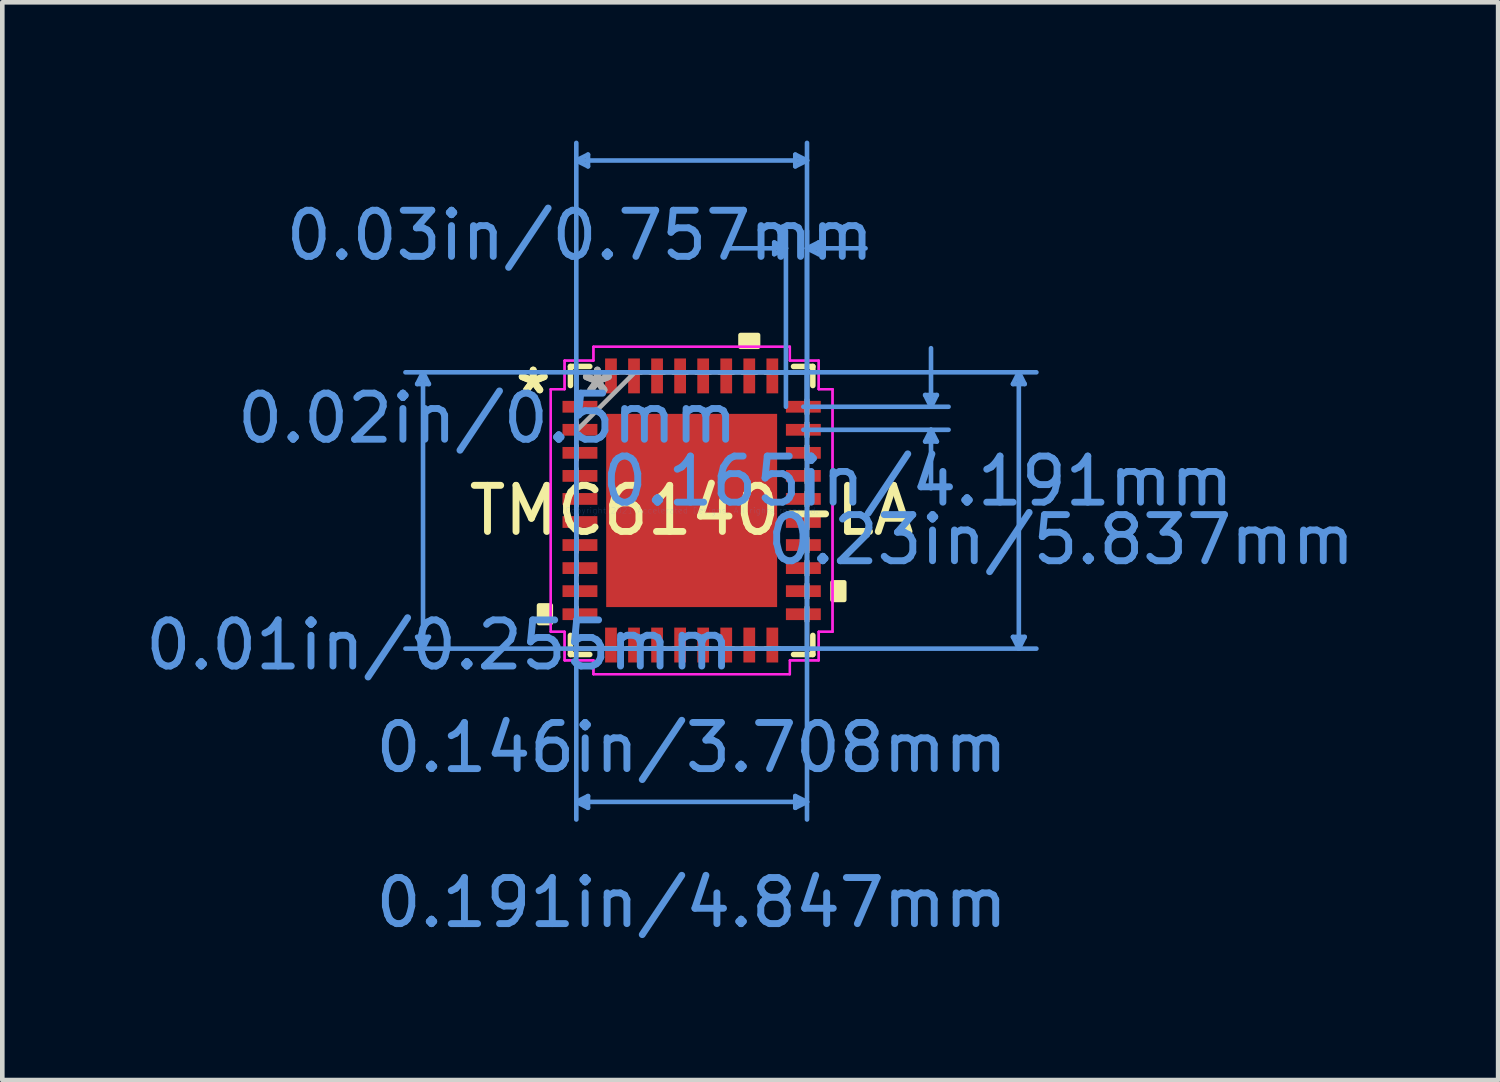
<source format=kicad_pcb>
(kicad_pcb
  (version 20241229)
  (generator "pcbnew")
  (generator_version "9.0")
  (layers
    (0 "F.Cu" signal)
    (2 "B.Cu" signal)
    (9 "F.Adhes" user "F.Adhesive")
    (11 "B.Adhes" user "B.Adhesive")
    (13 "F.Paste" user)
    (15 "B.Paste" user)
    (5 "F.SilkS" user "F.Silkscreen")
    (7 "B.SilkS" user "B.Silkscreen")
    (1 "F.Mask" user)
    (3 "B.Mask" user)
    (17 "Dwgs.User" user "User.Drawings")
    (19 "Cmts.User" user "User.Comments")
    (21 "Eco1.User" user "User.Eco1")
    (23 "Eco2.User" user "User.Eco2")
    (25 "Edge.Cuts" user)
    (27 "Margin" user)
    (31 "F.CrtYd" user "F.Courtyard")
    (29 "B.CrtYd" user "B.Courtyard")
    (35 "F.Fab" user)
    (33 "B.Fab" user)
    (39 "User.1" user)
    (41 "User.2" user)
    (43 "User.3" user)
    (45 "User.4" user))
  (footprint "TMC6140-LA"
    (layer "F.Cu")
    (at 11.953 8.023)
    (property "Reference" "TMC6140-LA" (at 0 0 0) (layer "F.SilkS") (effects (font (size 1 1) (thickness 0.15))))
    (attr through_hole)
    (fp_line (start -2.629 -3.124) (end -2.629 -2.71) (stroke (width 0.12) (type solid)) (layer "F.SilkS"))
    (fp_line (start -2.629 2.71) (end -2.629 3.124) (stroke (width 0.12) (type solid)) (layer "F.SilkS"))
    (fp_line (start -2.629 3.124) (end -2.21 3.124) (stroke (width 0.12) (type solid)) (layer "F.SilkS"))
    (fp_line (start -2.21 -3.124) (end -2.629 -3.124) (stroke (width 0.12) (type solid)) (layer "F.SilkS"))
    (fp_line (start 2.21 3.124) (end 2.629 3.124) (stroke (width 0.12) (type solid)) (layer "F.SilkS"))
    (fp_line (start 2.629 -3.124) (end 2.21 -3.124) (stroke (width 0.12) (type solid)) (layer "F.SilkS"))
    (fp_line (start 2.629 -2.71) (end 2.629 -3.124) (stroke (width 0.12) (type solid)) (layer "F.SilkS"))
    (fp_line (start 2.629 3.124) (end 2.629 2.71) (stroke (width 0.12) (type solid)) (layer "F.SilkS"))
    (fp_poly (pts (xy -3.31 2.06) (xy -3.31 2.441) (xy -3.056 2.441) (xy -3.056 2.06)) (stroke (width 0.1) (type solid)) (fill yes) (layer "F.SilkS"))
    (fp_poly (pts (xy 1.06 -3.551) (xy 1.06 -3.805) (xy 1.44 -3.805) (xy 1.44 -3.551)) (stroke (width 0.1) (type solid)) (fill yes) (layer "F.SilkS"))
    (fp_poly (pts (xy 3.31 1.559) (xy 3.31 1.94) (xy 3.056 1.94) (xy 3.056 1.559)) (stroke (width 0.1) (type solid)) (fill yes) (layer "F.SilkS"))
    (fp_poly (pts (xy -1.754 -1.996) (xy -1.754 -0.798) (xy -0.1 -0.798) (xy -0.1 -1.996)) (stroke (width 0.1) (type solid)) (fill yes) (layer "F.Paste"))
    (fp_poly (pts (xy -1.754 -0.599) (xy -1.754 0.599) (xy -0.1 0.599) (xy -0.1 -0.599)) (stroke (width 0.1) (type solid)) (fill yes) (layer "F.Paste"))
    (fp_poly (pts (xy -1.754 0.798) (xy -1.754 1.996) (xy -0.1 1.996) (xy -0.1 0.798)) (stroke (width 0.1) (type solid)) (fill yes) (layer "F.Paste"))
    (fp_poly (pts (xy 0.1 -1.996) (xy 0.1 -0.798) (xy 1.754 -0.798) (xy 1.754 -1.996)) (stroke (width 0.1) (type solid)) (fill yes) (layer "F.Paste"))
    (fp_poly (pts (xy 0.1 -0.599) (xy 0.1 0.599) (xy 1.754 0.599) (xy 1.754 -0.599)) (stroke (width 0.1) (type solid)) (fill yes) (layer "F.Paste"))
    (fp_poly (pts (xy 0.1 0.798) (xy 0.1 1.996) (xy 1.754 1.996) (xy 1.754 0.798)) (stroke (width 0.1) (type solid)) (fill yes) (layer "F.Paste"))
    (fp_line (start -5.954 -2.743) (end -5.7 -2.743) (stroke (width 0.1) (type solid)) (layer "Cmts.User"))
    (fp_line (start -5.954 2.743) (end -5.7 2.743) (stroke (width 0.1) (type solid)) (layer "Cmts.User"))
    (fp_line (start -5.827 -2.997) (end -5.954 -2.743) (stroke (width 0.1) (type solid)) (layer "Cmts.User"))
    (fp_line (start -5.827 -2.997) (end -5.827 2.997) (stroke (width 0.1) (type solid)) (layer "Cmts.User"))
    (fp_line (start -5.827 -2.997) (end -5.7 -2.743) (stroke (width 0.1) (type solid)) (layer "Cmts.User"))
    (fp_line (start -5.827 2.997) (end -5.954 2.743) (stroke (width 0.1) (type solid)) (layer "Cmts.User"))
    (fp_line (start -5.827 2.997) (end -5.7 2.743) (stroke (width 0.1) (type solid)) (layer "Cmts.User"))
    (fp_line (start -2.502 -7.592) (end -2.248 -7.719) (stroke (width 0.1) (type solid)) (layer "Cmts.User"))
    (fp_line (start -2.502 -7.592) (end -2.248 -7.465) (stroke (width 0.1) (type solid)) (layer "Cmts.User"))
    (fp_line (start -2.502 -7.592) (end 2.502 -7.592) (stroke (width 0.1) (type solid)) (layer "Cmts.User"))
    (fp_line (start -2.502 -2.997) (end -2.502 6.703) (stroke (width 0.1) (type solid)) (layer "Cmts.User"))
    (fp_line (start -2.502 -2.25) (end -2.502 -7.973) (stroke (width 0.1) (type solid)) (layer "Cmts.User"))
    (fp_line (start -2.502 6.322) (end -2.248 6.195) (stroke (width 0.1) (type solid)) (layer "Cmts.User"))
    (fp_line (start -2.502 6.322) (end -2.248 6.449) (stroke (width 0.1) (type solid)) (layer "Cmts.User"))
    (fp_line (start -2.502 6.322) (end 2.502 6.322) (stroke (width 0.1) (type solid)) (layer "Cmts.User"))
    (fp_line (start -2.248 -7.719) (end -2.248 -7.465) (stroke (width 0.1) (type solid)) (layer "Cmts.User"))
    (fp_line (start -2.248 6.195) (end -2.248 6.449) (stroke (width 0.1) (type solid)) (layer "Cmts.User"))
    (fp_line (start 1.75 -2.997) (end 7.478 -2.997) (stroke (width 0.1) (type solid)) (layer "Cmts.User"))
    (fp_line (start 1.75 2.997) (end 7.478 2.997) (stroke (width 0.1) (type solid)) (layer "Cmts.User"))
    (fp_line (start 1.791 -5.814) (end 1.791 -5.56) (stroke (width 0.1) (type solid)) (layer "Cmts.User"))
    (fp_line (start 2.045 -5.687) (end 0.775 -5.687) (stroke (width 0.1) (type solid)) (layer "Cmts.User"))
    (fp_line (start 2.045 -5.687) (end 1.791 -5.814) (stroke (width 0.1) (type solid)) (layer "Cmts.User"))
    (fp_line (start 2.045 -5.687) (end 1.791 -5.56) (stroke (width 0.1) (type solid)) (layer "Cmts.User"))
    (fp_line (start 2.045 -2.25) (end 2.045 -6.068) (stroke (width 0.1) (type solid)) (layer "Cmts.User"))
    (fp_line (start 2.248 -7.719) (end 2.248 -7.465) (stroke (width 0.1) (type solid)) (layer "Cmts.User"))
    (fp_line (start 2.248 6.195) (end 2.248 6.449) (stroke (width 0.1) (type solid)) (layer "Cmts.User"))
    (fp_line (start 2.423 -2.25) (end 5.573 -2.25) (stroke (width 0.1) (type solid)) (layer "Cmts.User"))
    (fp_line (start 2.423 -1.75) (end 5.573 -1.75) (stroke (width 0.1) (type solid)) (layer "Cmts.User"))
    (fp_line (start 2.502 -7.592) (end 2.248 -7.719) (stroke (width 0.1) (type solid)) (layer "Cmts.User"))
    (fp_line (start 2.502 -7.592) (end 2.248 -7.465) (stroke (width 0.1) (type solid)) (layer "Cmts.User"))
    (fp_line (start 2.502 -5.687) (end 2.756 -5.814) (stroke (width 0.1) (type solid)) (layer "Cmts.User"))
    (fp_line (start 2.502 -5.687) (end 2.756 -5.56) (stroke (width 0.1) (type solid)) (layer "Cmts.User"))
    (fp_line (start 2.502 -5.687) (end 3.772 -5.687) (stroke (width 0.1) (type solid)) (layer "Cmts.User"))
    (fp_line (start 2.502 -2.997) (end -6.208 -2.997) (stroke (width 0.1) (type solid)) (layer "Cmts.User"))
    (fp_line (start 2.502 -2.997) (end 2.502 6.703) (stroke (width 0.1) (type solid)) (layer "Cmts.User"))
    (fp_line (start 2.502 -2.25) (end 2.502 -7.973) (stroke (width 0.1) (type solid)) (layer "Cmts.User"))
    (fp_line (start 2.502 -2.25) (end 2.502 -6.068) (stroke (width 0.1) (type solid)) (layer "Cmts.User"))
    (fp_line (start 2.502 2.997) (end -6.208 2.997) (stroke (width 0.1) (type solid)) (layer "Cmts.User"))
    (fp_line (start 2.502 6.322) (end 2.248 6.195) (stroke (width 0.1) (type solid)) (layer "Cmts.User"))
    (fp_line (start 2.502 6.322) (end 2.248 6.449) (stroke (width 0.1) (type solid)) (layer "Cmts.User"))
    (fp_line (start 2.756 -5.814) (end 2.756 -5.56) (stroke (width 0.1) (type solid)) (layer "Cmts.User"))
    (fp_line (start 5.065 -2.504) (end 5.319 -2.504) (stroke (width 0.1) (type solid)) (layer "Cmts.User"))
    (fp_line (start 5.065 -1.496) (end 5.319 -1.496) (stroke (width 0.1) (type solid)) (layer "Cmts.User"))
    (fp_line (start 5.192 -2.25) (end 5.065 -2.504) (stroke (width 0.1) (type solid)) (layer "Cmts.User"))
    (fp_line (start 5.192 -2.25) (end 5.192 -3.52) (stroke (width 0.1) (type solid)) (layer "Cmts.User"))
    (fp_line (start 5.192 -2.25) (end 5.319 -2.504) (stroke (width 0.1) (type solid)) (layer "Cmts.User"))
    (fp_line (start 5.192 -1.75) (end 5.065 -1.496) (stroke (width 0.1) (type solid)) (layer "Cmts.User"))
    (fp_line (start 5.192 -1.75) (end 5.192 -0.48) (stroke (width 0.1) (type solid)) (layer "Cmts.User"))
    (fp_line (start 5.192 -1.75) (end 5.319 -1.496) (stroke (width 0.1) (type solid)) (layer "Cmts.User"))
    (fp_line (start 6.97 -2.743) (end 7.224 -2.743) (stroke (width 0.1) (type solid)) (layer "Cmts.User"))
    (fp_line (start 6.97 2.743) (end 7.224 2.743) (stroke (width 0.1) (type solid)) (layer "Cmts.User"))
    (fp_line (start 7.097 -2.997) (end 6.97 -2.743) (stroke (width 0.1) (type solid)) (layer "Cmts.User"))
    (fp_line (start 7.097 -2.997) (end 7.097 2.997) (stroke (width 0.1) (type solid)) (layer "Cmts.User"))
    (fp_line (start 7.097 -2.997) (end 7.224 -2.743) (stroke (width 0.1) (type solid)) (layer "Cmts.User"))
    (fp_line (start 7.097 2.997) (end 6.97 2.743) (stroke (width 0.1) (type solid)) (layer "Cmts.User"))
    (fp_line (start 7.097 2.997) (end 7.224 2.743) (stroke (width 0.1) (type solid)) (layer "Cmts.User"))
    (fp_line (start -3.056 -2.631) (end -2.756 -2.631) (stroke (width 0.05) (type solid)) (layer "F.CrtYd"))
    (fp_line (start -3.056 -2.631) (end -2.756 -2.631) (stroke (width 0.05) (type solid)) (layer "F.CrtYd"))
    (fp_line (start -3.056 2.631) (end -3.056 -2.631) (stroke (width 0.05) (type solid)) (layer "F.CrtYd"))
    (fp_line (start -3.056 2.631) (end -3.056 -2.631) (stroke (width 0.05) (type solid)) (layer "F.CrtYd"))
    (fp_line (start -2.756 -3.251) (end -2.131 -3.251) (stroke (width 0.05) (type solid)) (layer "F.CrtYd"))
    (fp_line (start -2.756 -3.251) (end -2.131 -3.251) (stroke (width 0.05) (type solid)) (layer "F.CrtYd"))
    (fp_line (start -2.756 -2.631) (end -2.756 -3.251) (stroke (width 0.05) (type solid)) (layer "F.CrtYd"))
    (fp_line (start -2.756 -2.631) (end -2.756 -3.251) (stroke (width 0.05) (type solid)) (layer "F.CrtYd"))
    (fp_line (start -2.756 2.631) (end -3.056 2.631) (stroke (width 0.05) (type solid)) (layer "F.CrtYd"))
    (fp_line (start -2.756 2.631) (end -3.056 2.631) (stroke (width 0.05) (type solid)) (layer "F.CrtYd"))
    (fp_line (start -2.756 3.251) (end -2.756 2.631) (stroke (width 0.05) (type solid)) (layer "F.CrtYd"))
    (fp_line (start -2.756 3.251) (end -2.756 2.631) (stroke (width 0.05) (type solid)) (layer "F.CrtYd"))
    (fp_line (start -2.131 -3.551) (end 2.131 -3.551) (stroke (width 0.05) (type solid)) (layer "F.CrtYd"))
    (fp_line (start -2.131 -3.551) (end 2.131 -3.551) (stroke (width 0.05) (type solid)) (layer "F.CrtYd"))
    (fp_line (start -2.131 -3.251) (end -2.131 -3.551) (stroke (width 0.05) (type solid)) (layer "F.CrtYd"))
    (fp_line (start -2.131 -3.251) (end -2.131 -3.551) (stroke (width 0.05) (type solid)) (layer "F.CrtYd"))
    (fp_line (start -2.131 3.251) (end -2.756 3.251) (stroke (width 0.05) (type solid)) (layer "F.CrtYd"))
    (fp_line (start -2.131 3.251) (end -2.756 3.251) (stroke (width 0.05) (type solid)) (layer "F.CrtYd"))
    (fp_line (start -2.131 3.551) (end -2.131 3.251) (stroke (width 0.05) (type solid)) (layer "F.CrtYd"))
    (fp_line (start -2.131 3.551) (end -2.131 3.251) (stroke (width 0.05) (type solid)) (layer "F.CrtYd"))
    (fp_line (start 2.131 -3.551) (end 2.131 -3.251) (stroke (width 0.05) (type solid)) (layer "F.CrtYd"))
    (fp_line (start 2.131 -3.551) (end 2.131 -3.251) (stroke (width 0.05) (type solid)) (layer "F.CrtYd"))
    (fp_line (start 2.131 -3.251) (end 2.756 -3.251) (stroke (width 0.05) (type solid)) (layer "F.CrtYd"))
    (fp_line (start 2.131 -3.251) (end 2.756 -3.251) (stroke (width 0.05) (type solid)) (layer "F.CrtYd"))
    (fp_line (start 2.131 3.251) (end 2.131 3.551) (stroke (width 0.05) (type solid)) (layer "F.CrtYd"))
    (fp_line (start 2.131 3.251) (end 2.131 3.551) (stroke (width 0.05) (type solid)) (layer "F.CrtYd"))
    (fp_line (start 2.131 3.551) (end -2.131 3.551) (stroke (width 0.05) (type solid)) (layer "F.CrtYd"))
    (fp_line (start 2.131 3.551) (end -2.131 3.551) (stroke (width 0.05) (type solid)) (layer "F.CrtYd"))
    (fp_line (start 2.756 -3.251) (end 2.756 -2.631) (stroke (width 0.05) (type solid)) (layer "F.CrtYd"))
    (fp_line (start 2.756 -3.251) (end 2.756 -2.631) (stroke (width 0.05) (type solid)) (layer "F.CrtYd"))
    (fp_line (start 2.756 -2.631) (end 3.056 -2.631) (stroke (width 0.05) (type solid)) (layer "F.CrtYd"))
    (fp_line (start 2.756 -2.631) (end 3.056 -2.631) (stroke (width 0.05) (type solid)) (layer "F.CrtYd"))
    (fp_line (start 2.756 2.631) (end 2.756 3.251) (stroke (width 0.05) (type solid)) (layer "F.CrtYd"))
    (fp_line (start 2.756 2.631) (end 2.756 3.251) (stroke (width 0.05) (type solid)) (layer "F.CrtYd"))
    (fp_line (start 2.756 3.251) (end 2.131 3.251) (stroke (width 0.05) (type solid)) (layer "F.CrtYd"))
    (fp_line (start 2.756 3.251) (end 2.131 3.251) (stroke (width 0.05) (type solid)) (layer "F.CrtYd"))
    (fp_line (start 3.056 -2.631) (end 3.056 2.631) (stroke (width 0.05) (type solid)) (layer "F.CrtYd"))
    (fp_line (start 3.056 -2.631) (end 3.056 2.631) (stroke (width 0.05) (type solid)) (layer "F.CrtYd"))
    (fp_line (start 3.056 2.631) (end 2.756 2.631) (stroke (width 0.05) (type solid)) (layer "F.CrtYd"))
    (fp_line (start 3.056 2.631) (end 2.756 2.631) (stroke (width 0.05) (type solid)) (layer "F.CrtYd"))
    (fp_line (start -2.502 -2.997) (end -2.502 -2.997) (stroke (width 0.1) (type solid)) (layer "F.Fab"))
    (fp_line (start -2.502 -2.997) (end -2.502 2.997) (stroke (width 0.1) (type solid)) (layer "F.Fab"))
    (fp_line (start -2.502 -2.402) (end -2.502 -2.402) (stroke (width 0.1) (type solid)) (layer "F.Fab"))
    (fp_line (start -2.502 -2.402) (end -2.502 -2.098) (stroke (width 0.1) (type solid)) (layer "F.Fab"))
    (fp_line (start -2.502 -2.098) (end -2.502 -2.402) (stroke (width 0.1) (type solid)) (layer "F.Fab"))
    (fp_line (start -2.502 -2.098) (end -2.502 -2.098) (stroke (width 0.1) (type solid)) (layer "F.Fab"))
    (fp_line (start -2.502 -1.902) (end -2.502 -1.902) (stroke (width 0.1) (type solid)) (layer "F.Fab"))
    (fp_line (start -2.502 -1.902) (end -2.502 -1.598) (stroke (width 0.1) (type solid)) (layer "F.Fab"))
    (fp_line (start -2.502 -1.727) (end -1.232 -2.997) (stroke (width 0.1) (type solid)) (layer "F.Fab"))
    (fp_line (start -2.502 -1.598) (end -2.502 -1.902) (stroke (width 0.1) (type solid)) (layer "F.Fab"))
    (fp_line (start -2.502 -1.598) (end -2.502 -1.598) (stroke (width 0.1) (type solid)) (layer "F.Fab"))
    (fp_line (start -2.502 -1.402) (end -2.502 -1.402) (stroke (width 0.1) (type solid)) (layer "F.Fab"))
    (fp_line (start -2.502 -1.402) (end -2.502 -1.098) (stroke (width 0.1) (type solid)) (layer "F.Fab"))
    (fp_line (start -2.502 -1.098) (end -2.502 -1.402) (stroke (width 0.1) (type solid)) (layer "F.Fab"))
    (fp_line (start -2.502 -1.098) (end -2.502 -1.098) (stroke (width 0.1) (type solid)) (layer "F.Fab"))
    (fp_line (start -2.502 -0.902) (end -2.502 -0.902) (stroke (width 0.1) (type solid)) (layer "F.Fab"))
    (fp_line (start -2.502 -0.902) (end -2.502 -0.598) (stroke (width 0.1) (type solid)) (layer "F.Fab"))
    (fp_line (start -2.502 -0.598) (end -2.502 -0.902) (stroke (width 0.1) (type solid)) (layer "F.Fab"))
    (fp_line (start -2.502 -0.598) (end -2.502 -0.598) (stroke (width 0.1) (type solid)) (layer "F.Fab"))
    (fp_line (start -2.502 -0.402) (end -2.502 -0.402) (stroke (width 0.1) (type solid)) (layer "F.Fab"))
    (fp_line (start -2.502 -0.402) (end -2.502 -0.098) (stroke (width 0.1) (type solid)) (layer "F.Fab"))
    (fp_line (start -2.502 -0.098) (end -2.502 -0.402) (stroke (width 0.1) (type solid)) (layer "F.Fab"))
    (fp_line (start -2.502 -0.098) (end -2.502 -0.098) (stroke (width 0.1) (type solid)) (layer "F.Fab"))
    (fp_line (start -2.502 0.098) (end -2.502 0.098) (stroke (width 0.1) (type solid)) (layer "F.Fab"))
    (fp_line (start -2.502 0.098) (end -2.502 0.402) (stroke (width 0.1) (type solid)) (layer "F.Fab"))
    (fp_line (start -2.502 0.402) (end -2.502 0.098) (stroke (width 0.1) (type solid)) (layer "F.Fab"))
    (fp_line (start -2.502 0.402) (end -2.502 0.402) (stroke (width 0.1) (type solid)) (layer "F.Fab"))
    (fp_line (start -2.502 0.598) (end -2.502 0.598) (stroke (width 0.1) (type solid)) (layer "F.Fab"))
    (fp_line (start -2.502 0.598) (end -2.502 0.902) (stroke (width 0.1) (type solid)) (layer "F.Fab"))
    (fp_line (start -2.502 0.902) (end -2.502 0.598) (stroke (width 0.1) (type solid)) (layer "F.Fab"))
    (fp_line (start -2.502 0.902) (end -2.502 0.902) (stroke (width 0.1) (type solid)) (layer "F.Fab"))
    (fp_line (start -2.502 1.098) (end -2.502 1.098) (stroke (width 0.1) (type solid)) (layer "F.Fab"))
    (fp_line (start -2.502 1.098) (end -2.502 1.402) (stroke (width 0.1) (type solid)) (layer "F.Fab"))
    (fp_line (start -2.502 1.402) (end -2.502 1.098) (stroke (width 0.1) (type solid)) (layer "F.Fab"))
    (fp_line (start -2.502 1.402) (end -2.502 1.402) (stroke (width 0.1) (type solid)) (layer "F.Fab"))
    (fp_line (start -2.502 1.598) (end -2.502 1.598) (stroke (width 0.1) (type solid)) (layer "F.Fab"))
    (fp_line (start -2.502 1.598) (end -2.502 1.902) (stroke (width 0.1) (type solid)) (layer "F.Fab"))
    (fp_line (start -2.502 1.902) (end -2.502 1.598) (stroke (width 0.1) (type solid)) (layer "F.Fab"))
    (fp_line (start -2.502 1.902) (end -2.502 1.902) (stroke (width 0.1) (type solid)) (layer "F.Fab"))
    (fp_line (start -2.502 2.098) (end -2.502 2.098) (stroke (width 0.1) (type solid)) (layer "F.Fab"))
    (fp_line (start -2.502 2.098) (end -2.502 2.402) (stroke (width 0.1) (type solid)) (layer "F.Fab"))
    (fp_line (start -2.502 2.402) (end -2.502 2.098) (stroke (width 0.1) (type solid)) (layer "F.Fab"))
    (fp_line (start -2.502 2.402) (end -2.502 2.402) (stroke (width 0.1) (type solid)) (layer "F.Fab"))
    (fp_line (start -2.502 2.997) (end -2.502 2.997) (stroke (width 0.1) (type solid)) (layer "F.Fab"))
    (fp_line (start -2.502 2.997) (end 2.502 2.997) (stroke (width 0.1) (type solid)) (layer "F.Fab"))
    (fp_line (start -1.902 -2.997) (end -1.902 -2.997) (stroke (width 0.1) (type solid)) (layer "F.Fab"))
    (fp_line (start -1.902 -2.997) (end -1.598 -2.997) (stroke (width 0.1) (type solid)) (layer "F.Fab"))
    (fp_line (start -1.902 2.997) (end -1.902 2.997) (stroke (width 0.1) (type solid)) (layer "F.Fab"))
    (fp_line (start -1.902 2.997) (end -1.598 2.997) (stroke (width 0.1) (type solid)) (layer "F.Fab"))
    (fp_line (start -1.598 -2.997) (end -1.902 -2.997) (stroke (width 0.1) (type solid)) (layer "F.Fab"))
    (fp_line (start -1.598 -2.997) (end -1.598 -2.997) (stroke (width 0.1) (type solid)) (layer "F.Fab"))
    (fp_line (start -1.598 2.997) (end -1.902 2.997) (stroke (width 0.1) (type solid)) (layer "F.Fab"))
    (fp_line (start -1.598 2.997) (end -1.598 2.997) (stroke (width 0.1) (type solid)) (layer "F.Fab"))
    (fp_line (start -1.402 -2.997) (end -1.402 -2.997) (stroke (width 0.1) (type solid)) (layer "F.Fab"))
    (fp_line (start -1.402 -2.997) (end -1.098 -2.997) (stroke (width 0.1) (type solid)) (layer "F.Fab"))
    (fp_line (start -1.402 2.997) (end -1.402 2.997) (stroke (width 0.1) (type solid)) (layer "F.Fab"))
    (fp_line (start -1.402 2.997) (end -1.098 2.997) (stroke (width 0.1) (type solid)) (layer "F.Fab"))
    (fp_line (start -1.098 -2.997) (end -1.402 -2.997) (stroke (width 0.1) (type solid)) (layer "F.Fab"))
    (fp_line (start -1.098 -2.997) (end -1.098 -2.997) (stroke (width 0.1) (type solid)) (layer "F.Fab"))
    (fp_line (start -1.098 2.997) (end -1.402 2.997) (stroke (width 0.1) (type solid)) (layer "F.Fab"))
    (fp_line (start -1.098 2.997) (end -1.098 2.997) (stroke (width 0.1) (type solid)) (layer "F.Fab"))
    (fp_line (start -0.902 -2.997) (end -0.902 -2.997) (stroke (width 0.1) (type solid)) (layer "F.Fab"))
    (fp_line (start -0.902 -2.997) (end -0.598 -2.997) (stroke (width 0.1) (type solid)) (layer "F.Fab"))
    (fp_line (start -0.902 2.997) (end -0.902 2.997) (stroke (width 0.1) (type solid)) (layer "F.Fab"))
    (fp_line (start -0.902 2.997) (end -0.598 2.997) (stroke (width 0.1) (type solid)) (layer "F.Fab"))
    (fp_line (start -0.598 -2.997) (end -0.902 -2.997) (stroke (width 0.1) (type solid)) (layer "F.Fab"))
    (fp_line (start -0.598 -2.997) (end -0.598 -2.997) (stroke (width 0.1) (type solid)) (layer "F.Fab"))
    (fp_line (start -0.598 2.997) (end -0.902 2.997) (stroke (width 0.1) (type solid)) (layer "F.Fab"))
    (fp_line (start -0.598 2.997) (end -0.598 2.997) (stroke (width 0.1) (type solid)) (layer "F.Fab"))
    (fp_line (start -0.402 -2.997) (end -0.402 -2.997) (stroke (width 0.1) (type solid)) (layer "F.Fab"))
    (fp_line (start -0.402 -2.997) (end -0.098 -2.997) (stroke (width 0.1) (type solid)) (layer "F.Fab"))
    (fp_line (start -0.402 2.997) (end -0.402 2.997) (stroke (width 0.1) (type solid)) (layer "F.Fab"))
    (fp_line (start -0.402 2.997) (end -0.098 2.997) (stroke (width 0.1) (type solid)) (layer "F.Fab"))
    (fp_line (start -0.098 -2.997) (end -0.402 -2.997) (stroke (width 0.1) (type solid)) (layer "F.Fab"))
    (fp_line (start -0.098 -2.997) (end -0.098 -2.997) (stroke (width 0.1) (type solid)) (layer "F.Fab"))
    (fp_line (start -0.098 2.997) (end -0.402 2.997) (stroke (width 0.1) (type solid)) (layer "F.Fab"))
    (fp_line (start -0.098 2.997) (end -0.098 2.997) (stroke (width 0.1) (type solid)) (layer "F.Fab"))
    (fp_line (start 0.098 -2.997) (end 0.098 -2.997) (stroke (width 0.1) (type solid)) (layer "F.Fab"))
    (fp_line (start 0.098 -2.997) (end 0.402 -2.997) (stroke (width 0.1) (type solid)) (layer "F.Fab"))
    (fp_line (start 0.098 2.997) (end 0.098 2.997) (stroke (width 0.1) (type solid)) (layer "F.Fab"))
    (fp_line (start 0.098 2.997) (end 0.402 2.997) (stroke (width 0.1) (type solid)) (layer "F.Fab"))
    (fp_line (start 0.402 -2.997) (end 0.098 -2.997) (stroke (width 0.1) (type solid)) (layer "F.Fab"))
    (fp_line (start 0.402 -2.997) (end 0.402 -2.997) (stroke (width 0.1) (type solid)) (layer "F.Fab"))
    (fp_line (start 0.402 2.997) (end 0.098 2.997) (stroke (width 0.1) (type solid)) (layer "F.Fab"))
    (fp_line (start 0.402 2.997) (end 0.402 2.997) (stroke (width 0.1) (type solid)) (layer "F.Fab"))
    (fp_line (start 0.598 -2.997) (end 0.598 -2.997) (stroke (width 0.1) (type solid)) (layer "F.Fab"))
    (fp_line (start 0.598 -2.997) (end 0.902 -2.997) (stroke (width 0.1) (type solid)) (layer "F.Fab"))
    (fp_line (start 0.598 2.997) (end 0.598 2.997) (stroke (width 0.1) (type solid)) (layer "F.Fab"))
    (fp_line (start 0.598 2.997) (end 0.902 2.997) (stroke (width 0.1) (type solid)) (layer "F.Fab"))
    (fp_line (start 0.902 -2.997) (end 0.598 -2.997) (stroke (width 0.1) (type solid)) (layer "F.Fab"))
    (fp_line (start 0.902 -2.997) (end 0.902 -2.997) (stroke (width 0.1) (type solid)) (layer "F.Fab"))
    (fp_line (start 0.902 2.997) (end 0.598 2.997) (stroke (width 0.1) (type solid)) (layer "F.Fab"))
    (fp_line (start 0.902 2.997) (end 0.902 2.997) (stroke (width 0.1) (type solid)) (layer "F.Fab"))
    (fp_line (start 1.098 -2.997) (end 1.098 -2.997) (stroke (width 0.1) (type solid)) (layer "F.Fab"))
    (fp_line (start 1.098 -2.997) (end 1.402 -2.997) (stroke (width 0.1) (type solid)) (layer "F.Fab"))
    (fp_line (start 1.098 2.997) (end 1.098 2.997) (stroke (width 0.1) (type solid)) (layer "F.Fab"))
    (fp_line (start 1.098 2.997) (end 1.402 2.997) (stroke (width 0.1) (type solid)) (layer "F.Fab"))
    (fp_line (start 1.402 -2.997) (end 1.098 -2.997) (stroke (width 0.1) (type solid)) (layer "F.Fab"))
    (fp_line (start 1.402 -2.997) (end 1.402 -2.997) (stroke (width 0.1) (type solid)) (layer "F.Fab"))
    (fp_line (start 1.402 2.997) (end 1.098 2.997) (stroke (width 0.1) (type solid)) (layer "F.Fab"))
    (fp_line (start 1.402 2.997) (end 1.402 2.997) (stroke (width 0.1) (type solid)) (layer "F.Fab"))
    (fp_line (start 1.598 -2.997) (end 1.598 -2.997) (stroke (width 0.1) (type solid)) (layer "F.Fab"))
    (fp_line (start 1.598 -2.997) (end 1.902 -2.997) (stroke (width 0.1) (type solid)) (layer "F.Fab"))
    (fp_line (start 1.598 2.997) (end 1.598 2.997) (stroke (width 0.1) (type solid)) (layer "F.Fab"))
    (fp_line (start 1.598 2.997) (end 1.902 2.997) (stroke (width 0.1) (type solid)) (layer "F.Fab"))
    (fp_line (start 1.902 -2.997) (end 1.598 -2.997) (stroke (width 0.1) (type solid)) (layer "F.Fab"))
    (fp_line (start 1.902 -2.997) (end 1.902 -2.997) (stroke (width 0.1) (type solid)) (layer "F.Fab"))
    (fp_line (start 1.902 2.997) (end 1.598 2.997) (stroke (width 0.1) (type solid)) (layer "F.Fab"))
    (fp_line (start 1.902 2.997) (end 1.902 2.997) (stroke (width 0.1) (type solid)) (layer "F.Fab"))
    (fp_line (start 2.502 -2.997) (end -2.502 -2.997) (stroke (width 0.1) (type solid)) (layer "F.Fab"))
    (fp_line (start 2.502 -2.997) (end 2.502 -2.997) (stroke (width 0.1) (type solid)) (layer "F.Fab"))
    (fp_line (start 2.502 -2.402) (end 2.502 -2.402) (stroke (width 0.1) (type solid)) (layer "F.Fab"))
    (fp_line (start 2.502 -2.402) (end 2.502 -2.098) (stroke (width 0.1) (type solid)) (layer "F.Fab"))
    (fp_line (start 2.502 -2.098) (end 2.502 -2.402) (stroke (width 0.1) (type solid)) (layer "F.Fab"))
    (fp_line (start 2.502 -2.098) (end 2.502 -2.098) (stroke (width 0.1) (type solid)) (layer "F.Fab"))
    (fp_line (start 2.502 -1.902) (end 2.502 -1.902) (stroke (width 0.1) (type solid)) (layer "F.Fab"))
    (fp_line (start 2.502 -1.902) (end 2.502 -1.598) (stroke (width 0.1) (type solid)) (layer "F.Fab"))
    (fp_line (start 2.502 -1.598) (end 2.502 -1.902) (stroke (width 0.1) (type solid)) (layer "F.Fab"))
    (fp_line (start 2.502 -1.598) (end 2.502 -1.598) (stroke (width 0.1) (type solid)) (layer "F.Fab"))
    (fp_line (start 2.502 -1.402) (end 2.502 -1.402) (stroke (width 0.1) (type solid)) (layer "F.Fab"))
    (fp_line (start 2.502 -1.402) (end 2.502 -1.098) (stroke (width 0.1) (type solid)) (layer "F.Fab"))
    (fp_line (start 2.502 -1.098) (end 2.502 -1.402) (stroke (width 0.1) (type solid)) (layer "F.Fab"))
    (fp_line (start 2.502 -1.098) (end 2.502 -1.098) (stroke (width 0.1) (type solid)) (layer "F.Fab"))
    (fp_line (start 2.502 -0.902) (end 2.502 -0.902) (stroke (width 0.1) (type solid)) (layer "F.Fab"))
    (fp_line (start 2.502 -0.902) (end 2.502 -0.598) (stroke (width 0.1) (type solid)) (layer "F.Fab"))
    (fp_line (start 2.502 -0.598) (end 2.502 -0.902) (stroke (width 0.1) (type solid)) (layer "F.Fab"))
    (fp_line (start 2.502 -0.598) (end 2.502 -0.598) (stroke (width 0.1) (type solid)) (layer "F.Fab"))
    (fp_line (start 2.502 -0.402) (end 2.502 -0.402) (stroke (width 0.1) (type solid)) (layer "F.Fab"))
    (fp_line (start 2.502 -0.402) (end 2.502 -0.098) (stroke (width 0.1) (type solid)) (layer "F.Fab"))
    (fp_line (start 2.502 -0.098) (end 2.502 -0.402) (stroke (width 0.1) (type solid)) (layer "F.Fab"))
    (fp_line (start 2.502 -0.098) (end 2.502 -0.098) (stroke (width 0.1) (type solid)) (layer "F.Fab"))
    (fp_line (start 2.502 0.098) (end 2.502 0.098) (stroke (width 0.1) (type solid)) (layer "F.Fab"))
    (fp_line (start 2.502 0.098) (end 2.502 0.402) (stroke (width 0.1) (type solid)) (layer "F.Fab"))
    (fp_line (start 2.502 0.402) (end 2.502 0.098) (stroke (width 0.1) (type solid)) (layer "F.Fab"))
    (fp_line (start 2.502 0.402) (end 2.502 0.402) (stroke (width 0.1) (type solid)) (layer "F.Fab"))
    (fp_line (start 2.502 0.598) (end 2.502 0.598) (stroke (width 0.1) (type solid)) (layer "F.Fab"))
    (fp_line (start 2.502 0.598) (end 2.502 0.902) (stroke (width 0.1) (type solid)) (layer "F.Fab"))
    (fp_line (start 2.502 0.902) (end 2.502 0.598) (stroke (width 0.1) (type solid)) (layer "F.Fab"))
    (fp_line (start 2.502 0.902) (end 2.502 0.902) (stroke (width 0.1) (type solid)) (layer "F.Fab"))
    (fp_line (start 2.502 1.098) (end 2.502 1.098) (stroke (width 0.1) (type solid)) (layer "F.Fab"))
    (fp_line (start 2.502 1.098) (end 2.502 1.402) (stroke (width 0.1) (type solid)) (layer "F.Fab"))
    (fp_line (start 2.502 1.402) (end 2.502 1.098) (stroke (width 0.1) (type solid)) (layer "F.Fab"))
    (fp_line (start 2.502 1.402) (end 2.502 1.402) (stroke (width 0.1) (type solid)) (layer "F.Fab"))
    (fp_line (start 2.502 1.598) (end 2.502 1.598) (stroke (width 0.1) (type solid)) (layer "F.Fab"))
    (fp_line (start 2.502 1.598) (end 2.502 1.902) (stroke (width 0.1) (type solid)) (layer "F.Fab"))
    (fp_line (start 2.502 1.902) (end 2.502 1.598) (stroke (width 0.1) (type solid)) (layer "F.Fab"))
    (fp_line (start 2.502 1.902) (end 2.502 1.902) (stroke (width 0.1) (type solid)) (layer "F.Fab"))
    (fp_line (start 2.502 2.098) (end 2.502 2.098) (stroke (width 0.1) (type solid)) (layer "F.Fab"))
    (fp_line (start 2.502 2.098) (end 2.502 2.402) (stroke (width 0.1) (type solid)) (layer "F.Fab"))
    (fp_line (start 2.502 2.402) (end 2.502 2.098) (stroke (width 0.1) (type solid)) (layer "F.Fab"))
    (fp_line (start 2.502 2.402) (end 2.502 2.402) (stroke (width 0.1) (type solid)) (layer "F.Fab"))
    (fp_line (start 2.502 2.997) (end 2.502 -2.997) (stroke (width 0.1) (type solid)) (layer "F.Fab"))
    (fp_line (start 2.502 2.997) (end 2.502 2.997) (stroke (width 0.1) (type solid)) (layer "F.Fab"))
    (fp_text user "*" (at -3.437 -2.5 0) (layer "F.SilkS") (effects (font (size 1 1) (thickness 0.15))))
    (fp_text user "*" (at -3.437 -2.5 0) (layer "F.SilkS") (effects (font (size 1 1) (thickness 0.15))))
    (fp_text user "Copyright 2021 Accelerated Designs. All rights reserved." (at 0 0 0) (layer "Cmts.User") (effects (font (size 0.127 0.127) (thickness 0.002))))
    (fp_text user "0.01in/0.255mm" (at -5.471 2.919 0) (layer "Cmts.User") (effects (font (size 1 1) (thickness 0.15))))
    (fp_text user "0.146in/3.708mm" (at 0 5.144 0) (layer "Cmts.User") (effects (font (size 1 1) (thickness 0.15))))
    (fp_text user "0.03in/0.757mm" (at -2.423 -5.967 0) (layer "Cmts.User") (effects (font (size 1 1) (thickness 0.15))))
    (fp_text user "0.165in/4.191mm" (at 4.902 -0.635 0) (layer "Cmts.User") (effects (font (size 1 1) (thickness 0.15))))
    (fp_text user "0.23in/5.837mm" (at 8.011 0.635 0) (layer "Cmts.User") (effects (font (size 1 1) (thickness 0.15))))
    (fp_text user "0.191in/4.847mm" (at 0 8.507 0) (layer "Cmts.User") (effects (font (size 1 1) (thickness 0.15))))
    (fp_text user "0.02in/0.5mm" (at -4.43 -2 0) (layer "Cmts.User") (effects (font (size 1 1) (thickness 0.15))))
    (fp_text user "*" (at -2.045 -2.5 0) (layer "F.Fab") (effects (font (size 1 1) (thickness 0.15))))
    (fp_text user "*" (at -2.045 -2.5 0) (layer "F.Fab") (effects (font (size 1 1) (thickness 0.15))))
    (pad "1" smd rect (at -2.423 -2.25 90) (size 0.255 0.757) (layers "F.Cu" "F.Mask" "F.Paste"))
    (pad "2" smd rect (at -2.423 -1.75 90) (size 0.255 0.757) (layers "F.Cu" "F.Mask" "F.Paste"))
    (pad "3" smd rect (at -2.423 -1.25 90) (size 0.255 0.757) (layers "F.Cu" "F.Mask" "F.Paste"))
    (pad "4" smd rect (at -2.423 -0.75 90) (size 0.255 0.757) (layers "F.Cu" "F.Mask" "F.Paste"))
    (pad "5" smd rect (at -2.423 -0.25 90) (size 0.255 0.757) (layers "F.Cu" "F.Mask" "F.Paste"))
    (pad "6" smd rect (at -2.423 0.25 90) (size 0.255 0.757) (layers "F.Cu" "F.Mask" "F.Paste"))
    (pad "7" smd rect (at -2.423 0.75 90) (size 0.255 0.757) (layers "F.Cu" "F.Mask" "F.Paste"))
    (pad "8" smd rect (at -2.423 1.25 90) (size 0.255 0.757) (layers "F.Cu" "F.Mask" "F.Paste"))
    (pad "9" smd rect (at -2.423 1.75 90) (size 0.255 0.757) (layers "F.Cu" "F.Mask" "F.Paste"))
    (pad "10" smd rect (at -2.423 2.25 90) (size 0.255 0.757) (layers "F.Cu" "F.Mask" "F.Paste"))
    (pad "11" smd rect (at -1.75 2.919) (size 0.255 0.757) (layers "F.Cu" "F.Mask" "F.Paste"))
    (pad "12" smd rect (at -1.25 2.919) (size 0.255 0.757) (layers "F.Cu" "F.Mask" "F.Paste"))
    (pad "13" smd rect (at -0.75 2.919) (size 0.255 0.757) (layers "F.Cu" "F.Mask" "F.Paste"))
    (pad "14" smd rect (at -0.25 2.919) (size 0.255 0.757) (layers "F.Cu" "F.Mask" "F.Paste"))
    (pad "15" smd rect (at 0.25 2.919) (size 0.255 0.757) (layers "F.Cu" "F.Mask" "F.Paste"))
    (pad "16" smd rect (at 0.75 2.919) (size 0.255 0.757) (layers "F.Cu" "F.Mask" "F.Paste"))
    (pad "17" smd rect (at 1.25 2.919) (size 0.255 0.757) (layers "F.Cu" "F.Mask" "F.Paste"))
    (pad "18" smd rect (at 1.75 2.919) (size 0.255 0.757) (layers "F.Cu" "F.Mask" "F.Paste"))
    (pad "19" smd rect (at 2.423 2.25 90) (size 0.255 0.757) (layers "F.Cu" "F.Mask" "F.Paste"))
    (pad "20" smd rect (at 2.423 1.75 90) (size 0.255 0.757) (layers "F.Cu" "F.Mask" "F.Paste"))
    (pad "21" smd rect (at 2.423 1.25 90) (size 0.255 0.757) (layers "F.Cu" "F.Mask" "F.Paste"))
    (pad "22" smd rect (at 2.423 0.75 90) (size 0.255 0.757) (layers "F.Cu" "F.Mask" "F.Paste"))
    (pad "23" smd rect (at 2.423 0.25 90) (size 0.255 0.757) (layers "F.Cu" "F.Mask" "F.Paste"))
    (pad "24" smd rect (at 2.423 -0.25 90) (size 0.255 0.757) (layers "F.Cu" "F.Mask" "F.Paste"))
    (pad "25" smd rect (at 2.423 -0.75 90) (size 0.255 0.757) (layers "F.Cu" "F.Mask" "F.Paste"))
    (pad "26" smd rect (at 2.423 -1.25 90) (size 0.255 0.757) (layers "F.Cu" "F.Mask" "F.Paste"))
    (pad "27" smd rect (at 2.423 -1.75 90) (size 0.255 0.757) (layers "F.Cu" "F.Mask" "F.Paste"))
    (pad "28" smd rect (at 2.423 -2.25 90) (size 0.255 0.757) (layers "F.Cu" "F.Mask" "F.Paste"))
    (pad "29" smd rect (at 1.75 -2.919) (size 0.255 0.757) (layers "F.Cu" "F.Mask" "F.Paste"))
    (pad "30" smd rect (at 1.25 -2.919) (size 0.255 0.757) (layers "F.Cu" "F.Mask" "F.Paste"))
    (pad "31" smd rect (at 0.75 -2.919) (size 0.255 0.757) (layers "F.Cu" "F.Mask" "F.Paste"))
    (pad "32" smd rect (at 0.25 -2.919) (size 0.255 0.757) (layers "F.Cu" "F.Mask" "F.Paste"))
    (pad "33" smd rect (at -0.25 -2.919) (size 0.255 0.757) (layers "F.Cu" "F.Mask" "F.Paste"))
    (pad "34" smd rect (at -0.75 -2.919) (size 0.255 0.757) (layers "F.Cu" "F.Mask" "F.Paste"))
    (pad "35" smd rect (at -1.25 -2.919) (size 0.255 0.757) (layers "F.Cu" "F.Mask" "F.Paste"))
    (pad "36" smd rect (at -1.75 -2.919) (size 0.255 0.757) (layers "F.Cu" "F.Mask" "F.Paste"))
    (pad "37" smd rect (at 0 0) (size 3.708 4.191) (layers "F.Cu" "F.Mask")))
  (gr_rect
    (start -3 -3)
    (end 29.447 20.378)
    (stroke (width 0.1) (type default))
    (fill no)
    (layer "Edge.Cuts")))
</source>
